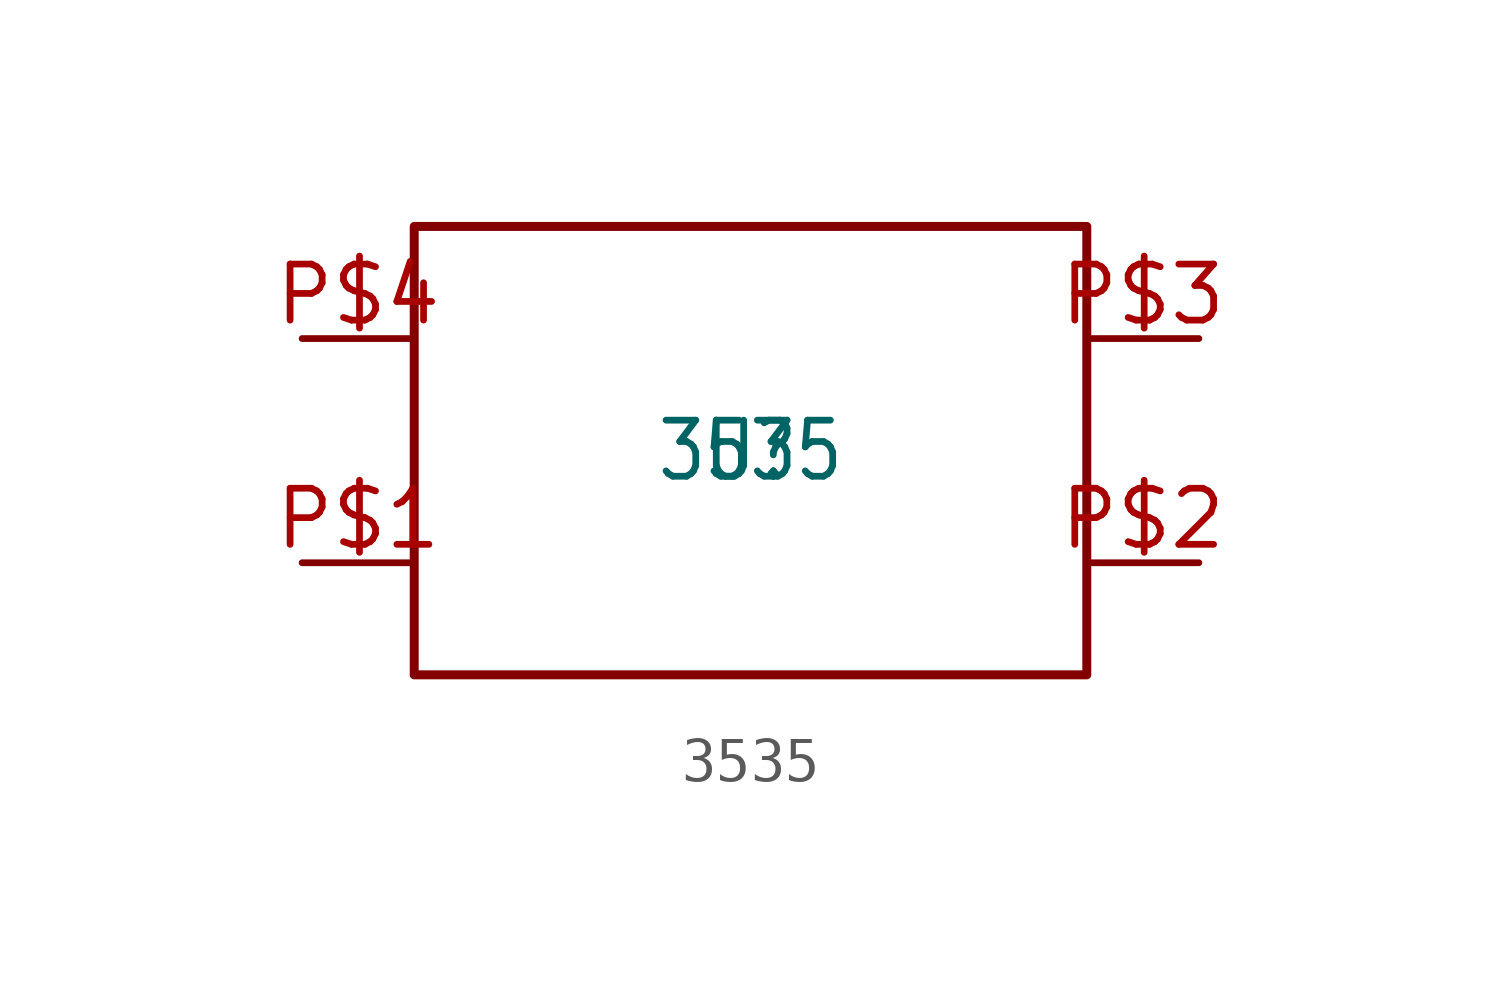
<source format=kicad_sym>
(kicad_symbol_lib
  (version 20211014)
  (generator kicad_symbol_editor)
  (symbol "3535"
    (pin_names
      (offset 1.016) hide)
    (property "Reference" "U"
      (at 0 0 0)
      (effects (font (size 1.27 1.086))))
    (property "Value" "3535"
      (at 0 0 0)
      (effects (font (size 1.27 1.086))))
    (symbol "3535_0_0")
    (symbol "3535_0_1"
      (polyline (pts (xy -7.62 5.08) (xy 7.62 5.08) (xy 7.62 -5.08) (xy -7.62 -5.08) (xy -7.62 5.08)) (stroke (width 0.203) (type default) (color 0 0 0 0))))
    (symbol "3535_1_1"
      (pin power_in line (at -10.16 2.54 0) (length 2.54) (name "VDD" (effects (font (size 1.27 1.086)))) (number "P$4" (effects (font (size 1.27 1.086)))))
      (pin power_in line (at 10.16 -2.54 180) (length 2.54) (name "VSS" (effects (font (size 1.27 1.086)))) (number "P$2" (effects (font (size 1.27 1.086)))))
      (pin input line (at 10.16 2.54 180) (length 2.54) (name "DIN" (effects (font (size 1.27 1.086)))) (number "P$3" (effects (font (size 1.27 1.086)))))
      (pin output line (at -10.16 -2.54 0) (length 2.54) (name "DOUT" (effects (font (size 1.27 1.086)))) (number "P$1" (effects (font (size 1.27 1.086))))))))
</source>
